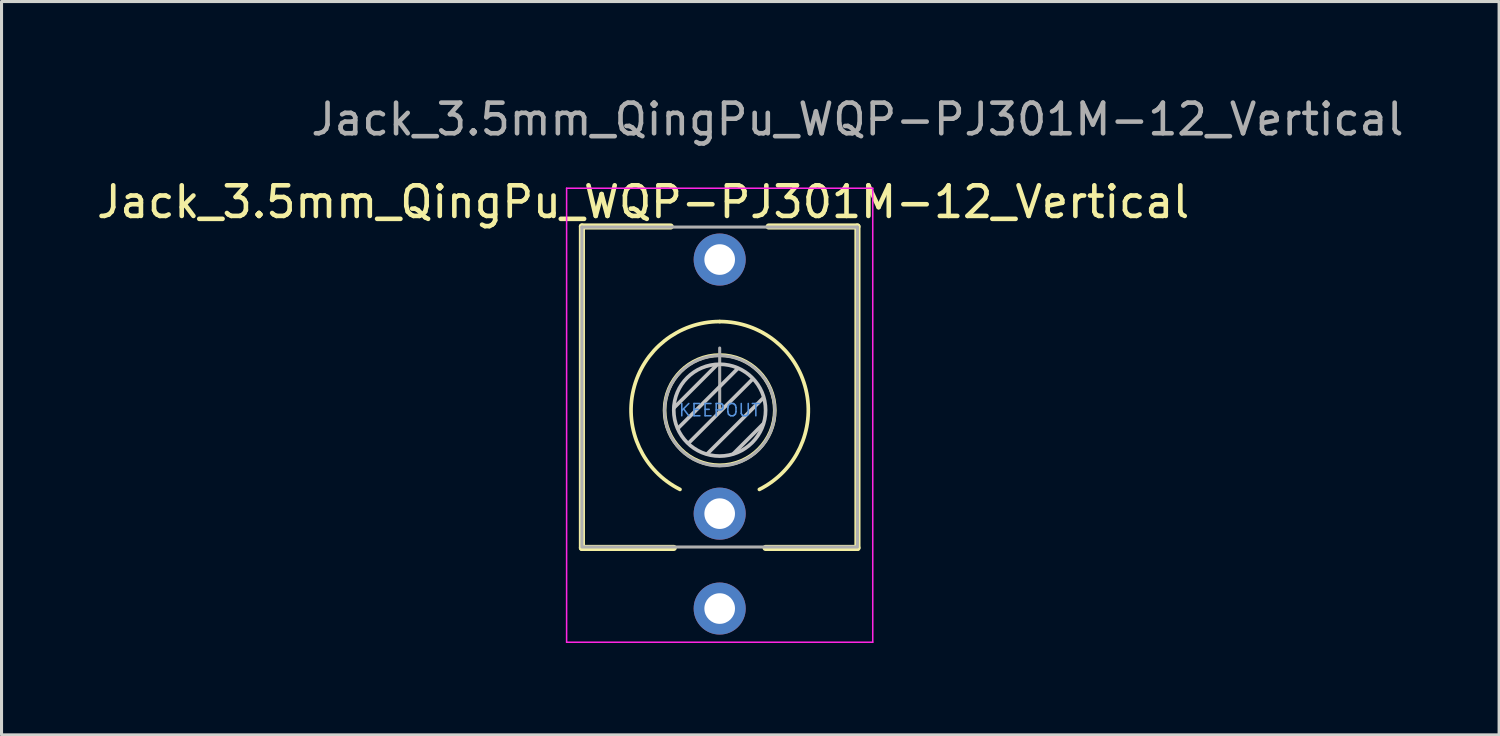
<source format=kicad_pcb>
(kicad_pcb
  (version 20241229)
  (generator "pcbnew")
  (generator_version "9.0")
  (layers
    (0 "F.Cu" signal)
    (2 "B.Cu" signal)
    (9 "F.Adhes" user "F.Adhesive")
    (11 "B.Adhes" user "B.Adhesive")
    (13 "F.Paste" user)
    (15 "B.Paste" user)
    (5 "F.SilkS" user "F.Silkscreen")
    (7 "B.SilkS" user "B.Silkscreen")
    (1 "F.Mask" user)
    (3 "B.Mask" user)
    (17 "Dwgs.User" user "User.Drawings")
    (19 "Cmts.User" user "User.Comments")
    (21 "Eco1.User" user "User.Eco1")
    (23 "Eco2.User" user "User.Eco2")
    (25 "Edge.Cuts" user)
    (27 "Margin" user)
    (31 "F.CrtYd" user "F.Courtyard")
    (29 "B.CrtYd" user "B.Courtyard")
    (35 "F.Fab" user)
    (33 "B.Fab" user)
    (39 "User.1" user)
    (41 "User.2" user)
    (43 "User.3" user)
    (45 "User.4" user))
  (footprint "Jack_3.5mm_QingPu_WQP-PJ301M-12_Vertical"
    (layer "F.Cu")
    (at 20.458 10.348)
    (property "Reference" "Jack_3.5mm_QingPu_WQP-PJ301M-12_Vertical" (at -2.5 -6.8 0) (layer "F.SilkS") (effects (font (size 1 1) (thickness 0.15))))
    (attr through_hole)
    (fp_line (start -4.5 -6) (end -1.6 -6) (stroke (width 0.2) (type solid)) (layer "F.SilkS"))
    (fp_line (start -4.5 4.5) (end -4.5 -6) (stroke (width 0.2) (type solid)) (layer "F.SilkS"))
    (fp_line (start -4.5 4.5) (end -1.5 4.5) (stroke (width 0.2) (type solid)) (layer "F.SilkS"))
    (fp_line (start 1.5 4.5) (end 4.5 4.5) (stroke (width 0.2) (type solid)) (layer "F.SilkS"))
    (fp_line (start 1.6 -6) (end 4.5 -6) (stroke (width 0.2) (type solid)) (layer "F.SilkS"))
    (fp_line (start 4.5 4.5) (end 4.5 -6) (stroke (width 0.2) (type solid)) (layer "F.SilkS"))
    (fp_arc (start -1.296263 2.588577) (mid -2.817353 -0.665994) (end 0 -2.895) (stroke (width 0.12) (type solid)) (layer "F.SilkS"))
    (fp_arc (start 0 -2.895) (mid 2.817353 -0.665994) (end 1.296263 2.588577) (stroke (width 0.12) (type solid)) (layer "F.SilkS"))
    (fp_circle (center 0 0) (end -1.8 0) (stroke (width 0.12) (type solid)) (fill no) (layer "F.SilkS"))
    (fp_line (start -0.09 -1.48) (end -1.48 -0.09) (stroke (width 0.12) (type solid)) (layer "Dwgs.User"))
    (fp_line (start 0.58 -1.35) (end -1.36 0.59) (stroke (width 0.12) (type solid)) (layer "Dwgs.User"))
    (fp_line (start 1.07 -1.01) (end -1.01 1.07) (stroke (width 0.12) (type solid)) (layer "Dwgs.User"))
    (fp_line (start 1.41 0.46) (end 0.46 1.41) (stroke (width 0.12) (type solid)) (layer "Dwgs.User"))
    (fp_line (start 1.42 -0.395) (end -0.4 1.42) (stroke (width 0.12) (type solid)) (layer "Dwgs.User"))
    (fp_circle (center 0 0) (end -1.5 0) (stroke (width 0.12) (type solid)) (fill no) (layer "Dwgs.User"))
    (fp_line (start -5 -7.25) (end -5 7.58) (stroke (width 0.05) (type solid)) (layer "F.CrtYd"))
    (fp_line (start -5 -7.25) (end 5 -7.25) (stroke (width 0.05) (type solid)) (layer "F.CrtYd"))
    (fp_line (start -5 7.58) (end 5 7.58) (stroke (width 0.05) (type solid)) (layer "F.CrtYd"))
    (fp_line (start 5 -7.25) (end 5 7.58) (stroke (width 0.05) (type solid)) (layer "F.CrtYd"))
    (fp_line (start -4.5 -5.98) (end -4.5 4.42) (stroke (width 0.1) (type solid)) (layer "F.Fab"))
    (fp_line (start -4.5 -5.98) (end 4.5 -5.98) (stroke (width 0.1) (type solid)) (layer "F.Fab"))
    (fp_line (start -4.5 4.47) (end 4.5 4.47) (stroke (width 0.1) (type solid)) (layer "F.Fab"))
    (fp_line (start 0 0) (end 0 -2.03) (stroke (width 0.1) (type solid)) (layer "F.Fab"))
    (fp_line (start 4.5 -5.98) (end 4.5 4.42) (stroke (width 0.1) (type solid)) (layer "F.Fab"))
    (fp_circle (center 0 0.02) (end -1.8 0.02) (stroke (width 0.1) (type solid)) (fill no) (layer "F.Fab"))
    (fp_text user "KEEPOUT" (at 0 0 180) (layer "Cmts.User") (effects (font (size 0.4 0.4) (thickness 0.051))))
    (fp_text user "${REFERENCE}" (at 4.5 -9.5 0) (layer "F.Fab") (effects (font (size 1 1) (thickness 0.15))))
    (pad "S" thru_hole circle (at 0 6.48) (size 1.7 1.7) (drill 1) (layers "*.Cu" "*.Mask"))
    (pad "T" thru_hole circle (at 0 -4.92) (size 1.7 1.7) (drill 1) (layers "*.Cu" "*.Mask"))
    (pad "TN" thru_hole circle (at 0 3.38) (size 1.7 1.7) (drill 1) (layers "*.Cu" "*.Mask")))
  (gr_rect
    (start -3 -3)
    (end 45.917 20.953)
    (stroke (width 0.1) (type default))
    (fill no)
    (layer "Edge.Cuts")))
</source>
